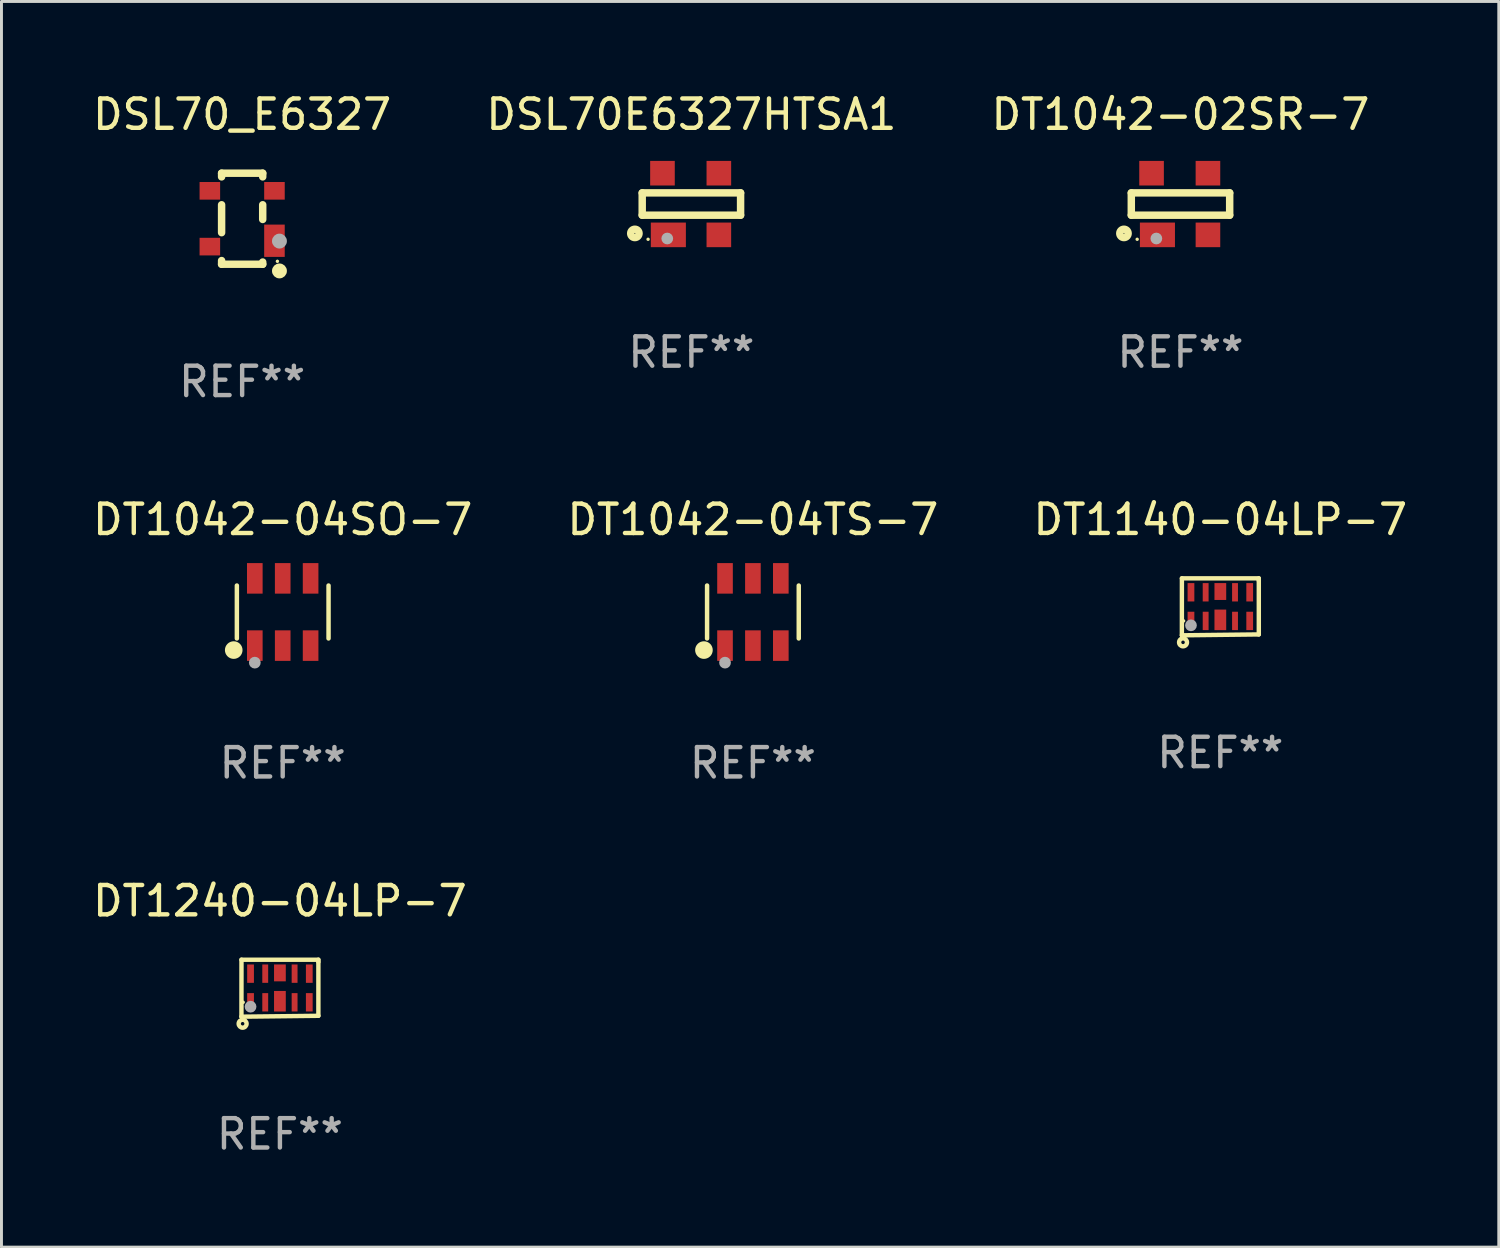
<source format=kicad_pcb>
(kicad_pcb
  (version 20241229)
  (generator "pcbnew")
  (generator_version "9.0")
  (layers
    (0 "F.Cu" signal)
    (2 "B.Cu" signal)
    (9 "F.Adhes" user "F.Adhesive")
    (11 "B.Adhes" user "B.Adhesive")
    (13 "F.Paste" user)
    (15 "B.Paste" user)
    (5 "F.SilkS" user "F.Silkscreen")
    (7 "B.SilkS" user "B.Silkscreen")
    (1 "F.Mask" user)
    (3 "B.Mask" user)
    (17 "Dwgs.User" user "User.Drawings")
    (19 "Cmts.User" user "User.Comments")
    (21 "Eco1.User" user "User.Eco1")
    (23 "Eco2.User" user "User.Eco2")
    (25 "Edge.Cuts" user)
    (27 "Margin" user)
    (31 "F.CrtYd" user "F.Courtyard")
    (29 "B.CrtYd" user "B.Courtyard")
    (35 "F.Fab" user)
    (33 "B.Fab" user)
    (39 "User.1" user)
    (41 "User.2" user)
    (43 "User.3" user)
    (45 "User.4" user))
  (footprint "DT1140-04LP-7"
    (layer "F.Cu")
    (at 38.506 17.614)
    (property "Reference" "DT1140-04LP-7" (at 0 -2.97 0) (layer "F.SilkS") (effects (font (size 1 1) (thickness 0.15))))
    (attr through_hole)
    (fp_line (start -1.31 0.97) (end -1.309 -0.97) (stroke (width 0.15) (type solid)) (layer "F.SilkS"))
    (fp_line (start -1.31 0.97) (end 1.31 0.94) (stroke (width 0.15) (type solid)) (layer "F.SilkS"))
    (fp_line (start -1.309 -0.97) (end 1.31 -0.97) (stroke (width 0.15) (type solid)) (layer "F.SilkS"))
    (fp_line (start 1.31 0.94) (end 1.31 -0.895) (stroke (width 0.15) (type solid)) (layer "F.SilkS"))
    (fp_line (start 1.31 -0.97) (end 1.31 -0.896) (stroke (width 0.15) (type solid)) (layer "F.SilkS"))
    (fp_circle (center -1.27 1.21) (end -1.21 1.21) (stroke (width 0.15) (type solid)) (fill no) (layer "F.SilkS"))
    (fp_circle (center -1.25 0.48) (end -1.22 0.48) (stroke (width 0.06) (type solid)) (fill no) (layer "F.SilkS"))
    (fp_circle (center -1 0.63) (end -0.9 0.63) (stroke (width 0.2) (type solid)) (fill no) (layer "F.Fab"))
    (fp_text user "REF**" (at 0 4.97 0) (layer "F.Fab") (effects (font (size 1 1) (thickness 0.15))))
    (pad "1" smd rect (at -1 0.48) (size 0.23 0.625) (layers "F.Cu" "F.Mask" "F.Paste"))
    (pad "2" smd rect (at -0.5 0.48) (size 0.2 0.625) (layers "F.Cu" "F.Mask" "F.Paste"))
    (pad "3" smd rect (at -0.000064 0.444 180) (size 0.4 0.7) (layers "F.Cu" "F.Mask" "F.Paste"))
    (pad "4" smd rect (at 0.5 0.48) (size 0.2 0.625) (layers "F.Cu" "F.Mask" "F.Paste"))
    (pad "5" smd rect (at 1 0.48) (size 0.23 0.625) (layers "F.Cu" "F.Mask" "F.Paste"))
    (pad "6" smd rect (at 1 -0.495) (size 0.23 0.625) (layers "F.Cu" "F.Mask" "F.Paste"))
    (pad "7" smd rect (at 0.5 -0.495) (size 0.2 0.625) (layers "F.Cu" "F.Mask" "F.Paste"))
    (pad "8" smd rect (at -0.000064 -0.521 180) (size 0.4 0.575) (layers "F.Cu" "F.Mask" "F.Paste"))
    (pad "9" smd rect (at -0.5 -0.495) (size 0.2 0.625) (layers "F.Cu" "F.Mask" "F.Paste"))
    (pad "10" smd rect (at -1 -0.495) (size 0.23 0.625) (layers "F.Cu" "F.Mask" "F.Paste")))
  (footprint "DT1042-04TS-7"
    (layer "F.Cu")
    (at 22.589 17.79)
    (property "Reference" "DT1042-04TS-7" (at 0 -3.145 0) (layer "F.SilkS") (effects (font (size 1 1) (thickness 0.15))))
    (attr through_hole)
    (fp_line (start -1.561 0.901) (end -1.561 -0.901) (stroke (width 0.152) (type solid)) (layer "F.SilkS"))
    (fp_line (start 1.561 0.901) (end 1.561 -0.901) (stroke (width 0.152) (type solid)) (layer "F.SilkS"))
    (fp_circle (center -1.668 1.297) (end -1.518 1.297) (stroke (width 0.3) (type solid)) (fill no) (layer "F.SilkS"))
    (fp_circle (center -1.485 1.425) (end -1.455 1.425) (stroke (width 0.06) (type solid)) (fill no) (layer "F.SilkS"))
    (fp_circle (center -0.95 1.725) (end -0.85 1.725) (stroke (width 0.2) (type solid)) (fill no) (layer "F.Fab"))
    (fp_text user "REF**" (at 0 5.145 0) (layer "F.Fab") (effects (font (size 1 1) (thickness 0.15))))
    (pad "1" smd rect (at -0.95 1.145) (size 0.532 1.04) (layers "F.Cu" "F.Mask" "F.Paste"))
    (pad "2" smd rect (at 0 1.145) (size 0.532 1.04) (layers "F.Cu" "F.Mask" "F.Paste"))
    (pad "3" smd rect (at 0.95 1.145) (size 0.532 1.04) (layers "F.Cu" "F.Mask" "F.Paste"))
    (pad "4" smd rect (at 0.95 -1.145) (size 0.532 1.04) (layers "F.Cu" "F.Mask" "F.Paste"))
    (pad "5" smd rect (at 0 -1.145) (size 0.532 1.04) (layers "F.Cu" "F.Mask" "F.Paste"))
    (pad "6" smd rect (at -0.95 -1.145) (size 0.532 1.04) (layers "F.Cu" "F.Mask" "F.Paste")))
  (footprint "DSL70E6327HTSA1"
    (layer "F.Cu")
    (at 20.494 3.898)
    (property "Reference" "DSL70E6327HTSA1" (at 0 -3.05 0) (layer "F.SilkS") (effects (font (size 1 1) (thickness 0.15))))
    (attr through_hole)
    (fp_line (start -1.675 -0.38) (end -1.675 0.38) (stroke (width 0.254) (type solid)) (layer "F.SilkS"))
    (fp_line (start -1.675 -0.38) (end 1.675 -0.38) (stroke (width 0.254) (type solid)) (layer "F.SilkS"))
    (fp_line (start -1.675 0.38) (end 1.675 0.38) (stroke (width 0.254) (type solid)) (layer "F.SilkS"))
    (fp_line (start 1.675 -0.38) (end 1.675 0.38) (stroke (width 0.254) (type solid)) (layer "F.SilkS"))
    (fp_circle (center -1.925 1) (end -1.783 1) (stroke (width 0.254) (type solid)) (fill no) (layer "F.SilkS"))
    (fp_circle (center -1.475 1.2) (end -1.445 1.2) (stroke (width 0.06) (type solid)) (fill no) (layer "F.SilkS"))
    (fp_circle (center -0.822 1.174) (end -0.722 1.174) (stroke (width 0.2) (type solid)) (fill no) (layer "F.Fab"))
    (fp_text user "REF**" (at 0 5.05 0) (layer "F.Fab") (effects (font (size 1 1) (thickness 0.15))))
    (pad "1" smd rect (at -0.785 1.05) (size 1.194 0.838) (layers "F.Cu" "F.Mask" "F.Paste"))
    (pad "2" smd rect (at 0.935 1.05) (size 0.838 0.838) (layers "F.Cu" "F.Mask" "F.Paste"))
    (pad "3" smd rect (at 0.935 -1.05) (size 0.838 0.838) (layers "F.Cu" "F.Mask" "F.Paste"))
    (pad "4" smd rect (at -0.985 -1.05) (size 0.838 0.838) (layers "F.Cu" "F.Mask" "F.Paste")))
  (footprint "DT1042-04SO-7"
    (layer "F.Cu")
    (at 6.577 17.79)
    (property "Reference" "DT1042-04SO-7" (at 0 -3.145 0) (layer "F.SilkS") (effects (font (size 1 1) (thickness 0.15))))
    (attr through_hole)
    (fp_line (start -1.561 0.901) (end -1.561 -0.901) (stroke (width 0.152) (type solid)) (layer "F.SilkS"))
    (fp_line (start 1.561 0.901) (end 1.561 -0.901) (stroke (width 0.152) (type solid)) (layer "F.SilkS"))
    (fp_circle (center -1.668 1.297) (end -1.518 1.297) (stroke (width 0.3) (type solid)) (fill no) (layer "F.SilkS"))
    (fp_circle (center -1.485 1.425) (end -1.455 1.425) (stroke (width 0.06) (type solid)) (fill no) (layer "F.SilkS"))
    (fp_circle (center -0.95 1.725) (end -0.85 1.725) (stroke (width 0.2) (type solid)) (fill no) (layer "F.Fab"))
    (fp_text user "REF**" (at 0 5.145 0) (layer "F.Fab") (effects (font (size 1 1) (thickness 0.15))))
    (pad "1" smd rect (at -0.95 1.145) (size 0.532 1.04) (layers "F.Cu" "F.Mask" "F.Paste"))
    (pad "2" smd rect (at 0 1.145) (size 0.532 1.04) (layers "F.Cu" "F.Mask" "F.Paste"))
    (pad "3" smd rect (at 0.95 1.145) (size 0.532 1.04) (layers "F.Cu" "F.Mask" "F.Paste"))
    (pad "4" smd rect (at 0.95 -1.145) (size 0.532 1.04) (layers "F.Cu" "F.Mask" "F.Paste"))
    (pad "5" smd rect (at 0 -1.145) (size 0.532 1.04) (layers "F.Cu" "F.Mask" "F.Paste"))
    (pad "6" smd rect (at -0.95 -1.145) (size 0.532 1.04) (layers "F.Cu" "F.Mask" "F.Paste")))
  (footprint "DT1240-04LP-7"
    (layer "F.Cu")
    (at 6.482 30.601)
    (property "Reference" "DT1240-04LP-7" (at 0 -2.97 0) (layer "F.SilkS") (effects (font (size 1 1) (thickness 0.15))))
    (attr through_hole)
    (fp_line (start -1.31 0.97) (end -1.309 -0.97) (stroke (width 0.15) (type solid)) (layer "F.SilkS"))
    (fp_line (start -1.31 0.97) (end 1.31 0.94) (stroke (width 0.15) (type solid)) (layer "F.SilkS"))
    (fp_line (start -1.309 -0.97) (end 1.31 -0.97) (stroke (width 0.15) (type solid)) (layer "F.SilkS"))
    (fp_line (start 1.31 0.94) (end 1.31 -0.895) (stroke (width 0.15) (type solid)) (layer "F.SilkS"))
    (fp_line (start 1.31 -0.97) (end 1.31 -0.896) (stroke (width 0.15) (type solid)) (layer "F.SilkS"))
    (fp_circle (center -1.27 1.21) (end -1.21 1.21) (stroke (width 0.15) (type solid)) (fill no) (layer "F.SilkS"))
    (fp_circle (center -1.25 0.48) (end -1.22 0.48) (stroke (width 0.06) (type solid)) (fill no) (layer "F.SilkS"))
    (fp_circle (center -1 0.63) (end -0.9 0.63) (stroke (width 0.2) (type solid)) (fill no) (layer "F.Fab"))
    (fp_text user "REF**" (at 0 4.97 0) (layer "F.Fab") (effects (font (size 1 1) (thickness 0.15))))
    (pad "1" smd rect (at -1 0.48) (size 0.23 0.625) (layers "F.Cu" "F.Mask" "F.Paste"))
    (pad "2" smd rect (at -0.5 0.48) (size 0.2 0.625) (layers "F.Cu" "F.Mask" "F.Paste"))
    (pad "3" smd rect (at -0.000064 0.444 180) (size 0.4 0.7) (layers "F.Cu" "F.Mask" "F.Paste"))
    (pad "4" smd rect (at 0.5 0.48) (size 0.2 0.625) (layers "F.Cu" "F.Mask" "F.Paste"))
    (pad "5" smd rect (at 1 0.48) (size 0.23 0.625) (layers "F.Cu" "F.Mask" "F.Paste"))
    (pad "6" smd rect (at 1 -0.495) (size 0.23 0.625) (layers "F.Cu" "F.Mask" "F.Paste"))
    (pad "7" smd rect (at 0.5 -0.495) (size 0.2 0.625) (layers "F.Cu" "F.Mask" "F.Paste"))
    (pad "8" smd rect (at -0.000064 -0.521 180) (size 0.4 0.575) (layers "F.Cu" "F.Mask" "F.Paste"))
    (pad "9" smd rect (at -0.5 -0.495) (size 0.2 0.625) (layers "F.Cu" "F.Mask" "F.Paste"))
    (pad "10" smd rect (at -1 -0.495) (size 0.23 0.625) (layers "F.Cu" "F.Mask" "F.Paste")))
  (footprint "DSL70_E6327"
    (layer "F.Cu")
    (at 5.196 4.398)
    (property "Reference" "DSL70_E6327" (at 0 -3.55 0) (layer "F.SilkS") (effects (font (size 1 1) (thickness 0.15))))
    (attr through_hole)
    (fp_line (start -0.7 -1.425) (end -0.7 -1.55) (stroke (width 0.254) (type solid)) (layer "F.SilkS"))
    (fp_line (start -0.7 0.475) (end -0.7 -0.475) (stroke (width 0.254) (type solid)) (layer "F.SilkS"))
    (fp_line (start -0.7 1.55) (end -0.7 1.425) (stroke (width 0.254) (type solid)) (layer "F.SilkS"))
    (fp_line (start 0.7 -1.55) (end -0.7 -1.55) (stroke (width 0.254) (type solid)) (layer "F.SilkS"))
    (fp_line (start 0.7 -1.425) (end 0.7 -1.55) (stroke (width 0.254) (type solid)) (layer "F.SilkS"))
    (fp_line (start 0.7 0.025) (end 0.7 -0.475) (stroke (width 0.254) (type solid)) (layer "F.SilkS"))
    (fp_line (start 0.7 1.55) (end -0.7 1.55) (stroke (width 0.254) (type solid)) (layer "F.SilkS"))
    (fp_line (start 0.7 1.55) (end 0.7 1.475) (stroke (width 0.254) (type solid)) (layer "F.SilkS"))
    (fp_circle (center 1.2 1.45) (end 1.23 1.45) (stroke (width 0.06) (type solid)) (fill no) (layer "F.SilkS"))
    (fp_circle (center 1.27 1.778) (end 1.397 1.778) (stroke (width 0.254) (type solid)) (fill no) (layer "F.SilkS"))
    (fp_circle (center 1.27 0.762) (end 1.397 0.762) (stroke (width 0.254) (type solid)) (fill no) (layer "F.Fab"))
    (fp_text user "REF**" (at 0 5.55 0) (layer "F.Fab") (effects (font (size 1 1) (thickness 0.15))))
    (pad "1" smd rect (at 1.1 0.75 90) (size 1.1 0.7) (layers "F.Cu" "F.Mask" "F.Paste"))
    (pad "2" smd rect (at 1.1 -0.95 90) (size 0.6 0.7) (layers "F.Cu" "F.Mask" "F.Paste"))
    (pad "3" smd rect (at -1.1 -0.95 90) (size 0.6 0.7) (layers "F.Cu" "F.Mask" "F.Paste"))
    (pad "4" smd rect (at -1.1 0.95 90) (size 0.6 0.7) (layers "F.Cu" "F.Mask" "F.Paste")))
  (footprint "DT1042-02SR-7"
    (layer "F.Cu")
    (at 37.149 3.898)
    (property "Reference" "DT1042-02SR-7" (at 0 -3.05 0) (layer "F.SilkS") (effects (font (size 1 1) (thickness 0.15))))
    (attr through_hole)
    (fp_line (start -1.675 -0.38) (end -1.675 0.38) (stroke (width 0.254) (type solid)) (layer "F.SilkS"))
    (fp_line (start -1.675 -0.38) (end 1.675 -0.38) (stroke (width 0.254) (type solid)) (layer "F.SilkS"))
    (fp_line (start -1.675 0.38) (end 1.675 0.38) (stroke (width 0.254) (type solid)) (layer "F.SilkS"))
    (fp_line (start 1.675 -0.38) (end 1.675 0.38) (stroke (width 0.254) (type solid)) (layer "F.SilkS"))
    (fp_circle (center -1.925 1) (end -1.783 1) (stroke (width 0.254) (type solid)) (fill no) (layer "F.SilkS"))
    (fp_circle (center -1.475 1.2) (end -1.445 1.2) (stroke (width 0.06) (type solid)) (fill no) (layer "F.SilkS"))
    (fp_circle (center -0.822 1.174) (end -0.722 1.174) (stroke (width 0.2) (type solid)) (fill no) (layer "F.Fab"))
    (fp_text user "REF**" (at 0 5.05 0) (layer "F.Fab") (effects (font (size 1 1) (thickness 0.15))))
    (pad "1" smd rect (at -0.785 1.05) (size 1.194 0.838) (layers "F.Cu" "F.Mask" "F.Paste"))
    (pad "2" smd rect (at 0.935 1.05) (size 0.838 0.838) (layers "F.Cu" "F.Mask" "F.Paste"))
    (pad "3" smd rect (at 0.935 -1.05) (size 0.838 0.838) (layers "F.Cu" "F.Mask" "F.Paste"))
    (pad "4" smd rect (at -0.985 -1.05) (size 0.838 0.838) (layers "F.Cu" "F.Mask" "F.Paste")))
  (gr_rect
    (start -3 -3)
    (end 47.988 39.419)
    (stroke (width 0.1) (type default))
    (fill no)
    (layer "Edge.Cuts")))
</source>
